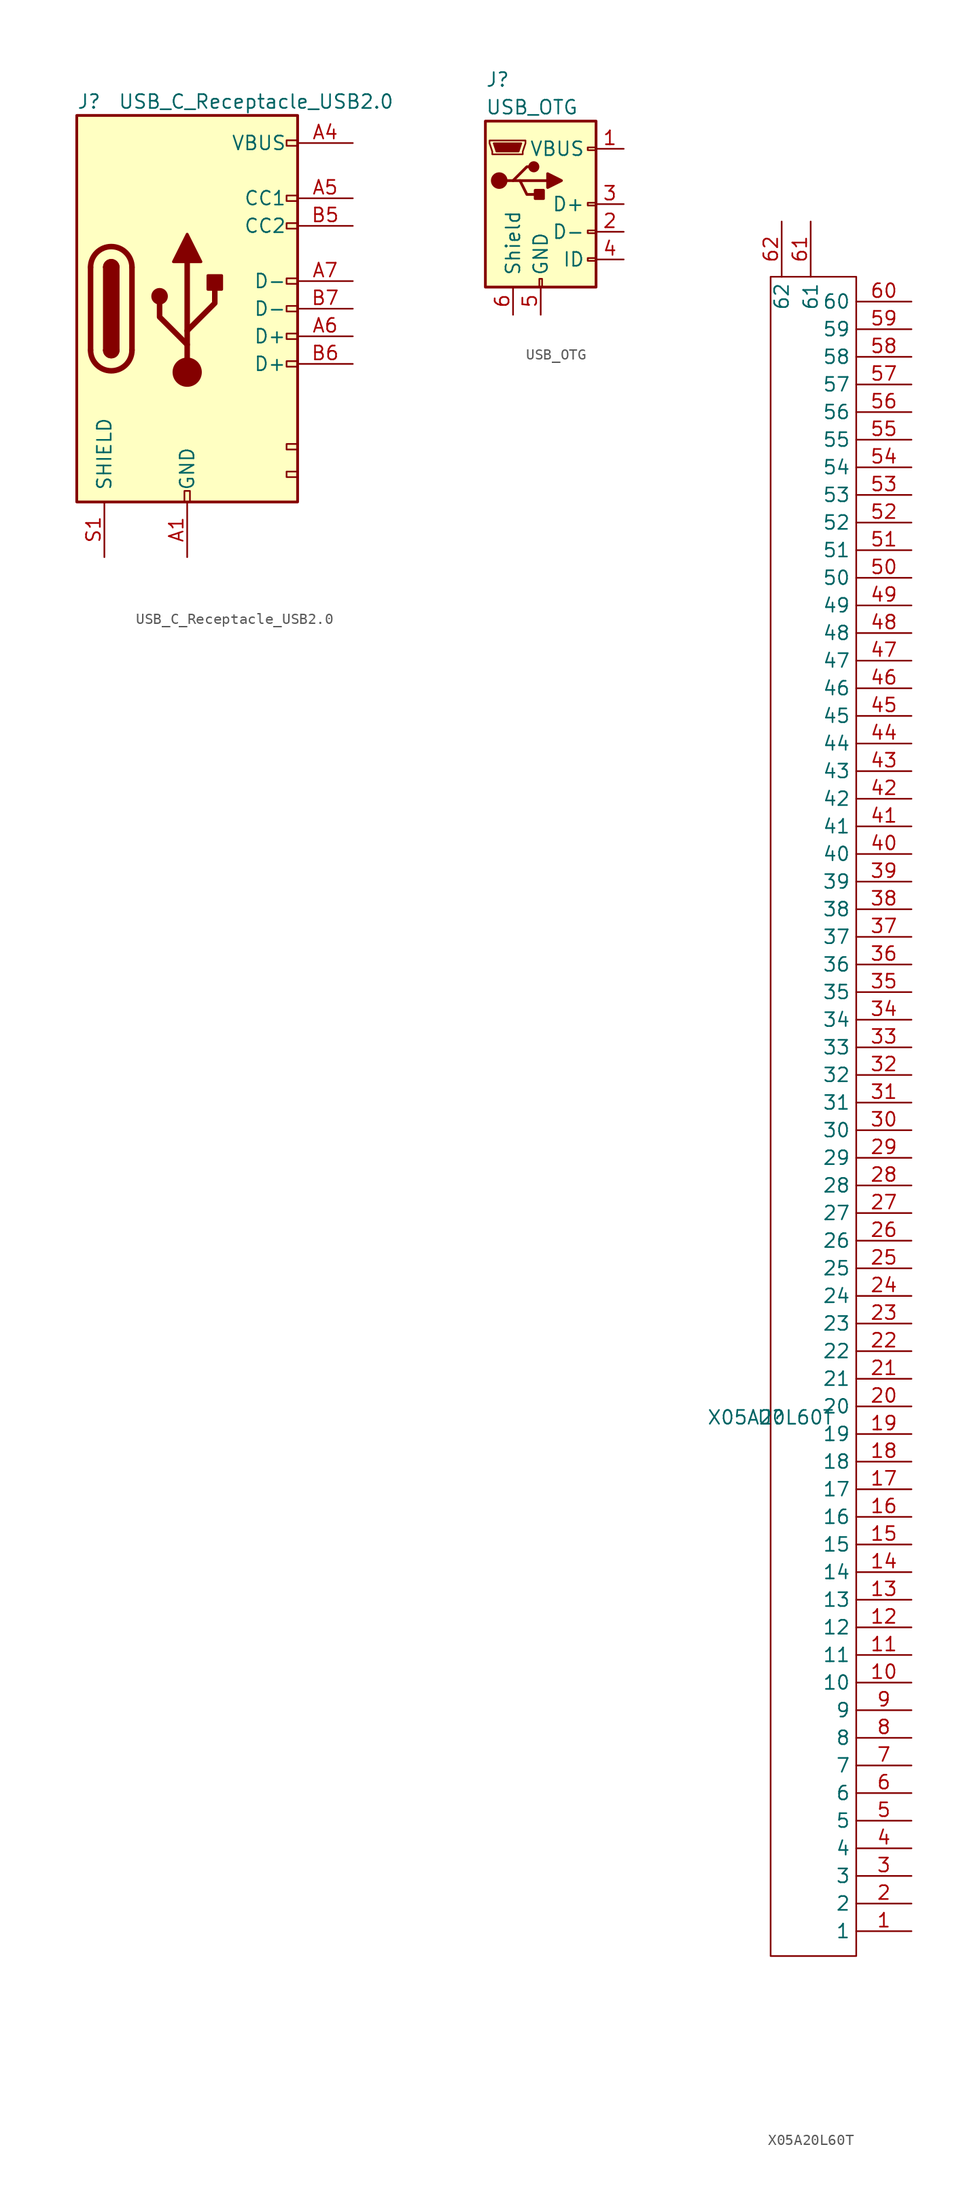
<source format=kicad_sym>
(kicad_symbol_lib
  (version 20220914)
  (generator kicad_symbol_editor)
  (symbol "USB_C_Receptacle_USB2.0"
    (pin_names
      (offset 1.016))
    (property "Reference" "J"
      (at -10.16 19.05 0)
      (effects (font (size 1.27 1.27)) (justify left)))
    (property "Value" "USB_C_Receptacle_USB2.0"
      (at 19.05 19.05 0)
      (effects (font (size 1.27 1.27)) (justify right)))
    (symbol "USB_C_Receptacle_USB2.0_0_0"
      (rectangle (start -0.254 -17.78) (end 0.254 -16.764) (stroke (width 0) (type default)) (fill (type none)))
      (rectangle (start 10.16 -14.986) (end 9.144 -15.494) (stroke (width 0) (type default)) (fill (type none)))
      (rectangle (start 10.16 -12.446) (end 9.144 -12.954) (stroke (width 0) (type default)) (fill (type none)))
      (rectangle (start 10.16 -4.826) (end 9.144 -5.334) (stroke (width 0) (type default)) (fill (type none)))
      (rectangle (start 10.16 -2.286) (end 9.144 -2.794) (stroke (width 0) (type default)) (fill (type none)))
      (rectangle (start 10.16 0.254) (end 9.144 -0.254) (stroke (width 0) (type default)) (fill (type none)))
      (rectangle (start 10.16 2.794) (end 9.144 2.286) (stroke (width 0) (type default)) (fill (type none)))
      (rectangle (start 10.16 7.874) (end 9.144 7.366) (stroke (width 0) (type default)) (fill (type none)))
      (rectangle (start 10.16 10.414) (end 9.144 9.906) (stroke (width 0) (type default)) (fill (type none)))
      (rectangle (start 10.16 15.494) (end 9.144 14.986) (stroke (width 0) (type default)) (fill (type none))))
    (symbol "USB_C_Receptacle_USB2.0_0_1"
      (rectangle (start -10.16 17.78) (end 10.16 -17.78) (stroke (width 0.254) (type default)) (fill (type background)))
      (arc (start -8.89 -3.81) (mid -6.985 -5.7067) (end -5.08 -3.81) (stroke (width 0.508) (type default)) (fill (type none)))
      (arc (start -7.62 -3.81) (mid -6.985 -4.4423) (end -6.35 -3.81) (stroke (width 0.254) (type default)) (fill (type none)))
      (arc (start -7.62 -3.81) (mid -6.985 -4.4423) (end -6.35 -3.81) (stroke (width 0.254) (type default)) (fill (type outline)))
      (rectangle (start -7.62 -3.81) (end -6.35 3.81) (stroke (width 0.254) (type default)) (fill (type outline)))
      (arc (start -6.35 3.81) (mid -6.985 4.4423) (end -7.62 3.81) (stroke (width 0.254) (type default)) (fill (type none)))
      (arc (start -6.35 3.81) (mid -6.985 4.4423) (end -7.62 3.81) (stroke (width 0.254) (type default)) (fill (type outline)))
      (arc (start -5.08 3.81) (mid -6.985 5.7067) (end -8.89 3.81) (stroke (width 0.508) (type default)) (fill (type none)))
      (circle (center -2.54 1.143) (radius 0.635) (stroke (width 0.254) (type default)) (fill (type outline)))
      (circle (center 0 -5.842) (radius 1.27) (stroke (width 0) (type default)) (fill (type outline)))
      (polyline (pts (xy -8.89 -3.81) (xy -8.89 3.81)) (stroke (width 0.508) (type default)) (fill (type none)))
      (polyline (pts (xy -5.08 3.81) (xy -5.08 -3.81)) (stroke (width 0.508) (type default)) (fill (type none)))
      (polyline (pts (xy 0 -5.842) (xy 0 4.318)) (stroke (width 0.508) (type default)) (fill (type none)))
      (polyline (pts (xy 0 -3.302) (xy -2.54 -0.762) (xy -2.54 0.508)) (stroke (width 0.508) (type default)) (fill (type none)))
      (polyline (pts (xy 0 -2.032) (xy 2.54 0.508) (xy 2.54 1.778)) (stroke (width 0.508) (type default)) (fill (type none)))
      (polyline (pts (xy -1.27 4.318) (xy 0 6.858) (xy 1.27 4.318) (xy -1.27 4.318)) (stroke (width 0.254) (type default)) (fill (type outline)))
      (rectangle (start 1.905 1.778) (end 3.175 3.048) (stroke (width 0.254) (type default)) (fill (type outline))))
    (symbol "USB_C_Receptacle_USB2.0_1_1"
      (pin power_in line (at 0 -22.86 90) (length 5.08) (name "GND" (effects (font (size 1.27 1.27)))) (number "A1" (effects (font (size 1.27 1.27)))))
      (pin power_in line (at 15.24 15.24 180) (length 5.08) (name "VBUS" (effects (font (size 1.27 1.27)))) (number "A4" (effects (font (size 1.27 1.27)))))
      (pin bidirectional line (at 15.24 10.16 180) (length 5.08) (name "CC1" (effects (font (size 1.27 1.27)))) (number "A5" (effects (font (size 1.27 1.27)))))
      (pin bidirectional line (at 15.24 -2.54 180) (length 5.08) (name "D+" (effects (font (size 1.27 1.27)))) (number "A6" (effects (font (size 1.27 1.27)))))
      (pin bidirectional line (at 15.24 2.54 180) (length 5.08) (name "D-" (effects (font (size 1.27 1.27)))) (number "A7" (effects (font (size 1.27 1.27)))))
      (pin bidirectional line (at 15.24 7.62 180) (length 5.08) (name "CC2" (effects (font (size 1.27 1.27)))) (number "B5" (effects (font (size 1.27 1.27)))))
      (pin bidirectional line (at 15.24 -5.08 180) (length 5.08) (name "D+" (effects (font (size 1.27 1.27)))) (number "B6" (effects (font (size 1.27 1.27)))))
      (pin bidirectional line (at 15.24 0 180) (length 5.08) (name "D-" (effects (font (size 1.27 1.27)))) (number "B7" (effects (font (size 1.27 1.27)))))
      (pin passive line (at -7.62 -22.86 90) (length 5.08) (name "SHIELD" (effects (font (size 1.27 1.27)))) (number "S1" (effects (font (size 1.27 1.27)))))))
  (symbol "USB_OTG"
    (pin_names
      (offset 1.016))
    (property "Reference" "J"
      (at -5.08 11.43 0)
      (effects (font (size 1.27 1.27)) (justify left)))
    (property "Value" "USB_OTG"
      (at -5.08 8.89 0)
      (effects (font (size 1.27 1.27)) (justify left)))
    (symbol "USB_OTG_0_1"
      (rectangle (start -5.08 -7.62) (end 5.08 7.62) (stroke (width 0.254) (type default)) (fill (type background)))
      (circle (center -3.81 2.159) (radius 0.635) (stroke (width 0.254) (type default)) (fill (type outline)))
      (circle (center -0.635 3.429) (radius 0.381) (stroke (width 0.254) (type default)) (fill (type outline)))
      (rectangle (start -0.127 -7.62) (end 0.127 -6.858) (stroke (width 0) (type default)) (fill (type none)))
      (polyline (pts (xy -1.905 2.159) (xy 0.635 2.159)) (stroke (width 0.254) (type default)) (fill (type none)))
      (polyline (pts (xy -3.175 2.159) (xy -2.54 2.159) (xy -1.27 3.429) (xy -0.635 3.429)) (stroke (width 0.254) (type default)) (fill (type none)))
      (polyline (pts (xy -2.54 2.159) (xy -1.905 2.159) (xy -1.27 0.889) (xy 0 0.889)) (stroke (width 0.254) (type default)) (fill (type none)))
      (polyline (pts (xy 0.635 2.794) (xy 0.635 1.524) (xy 1.905 2.159) (xy 0.635 2.794)) (stroke (width 0.254) (type default)) (fill (type outline)))
      (polyline (pts (xy -4.318 5.588) (xy -1.778 5.588) (xy -2.032 4.826) (xy -4.064 4.826) (xy -4.318 5.588)) (stroke (width 0) (type default)) (fill (type outline)))
      (polyline (pts (xy -4.699 5.842) (xy -4.699 5.588) (xy -4.445 4.826) (xy -4.445 4.572) (xy -1.651 4.572) (xy -1.651 4.826) (xy -1.397 5.588) (xy -1.397 5.842) (xy -4.699 5.842)) (stroke (width 0) (type default)) (fill (type none)))
      (rectangle (start 0.254 1.27) (end -0.508 0.508) (stroke (width 0.254) (type default)) (fill (type outline)))
      (rectangle (start 5.08 -5.207) (end 4.318 -4.953) (stroke (width 0) (type default)) (fill (type none)))
      (rectangle (start 5.08 -2.667) (end 4.318 -2.413) (stroke (width 0) (type default)) (fill (type none)))
      (rectangle (start 5.08 -0.127) (end 4.318 0.127) (stroke (width 0) (type default)) (fill (type none)))
      (rectangle (start 5.08 4.953) (end 4.318 5.207) (stroke (width 0) (type default)) (fill (type none))))
    (symbol "USB_OTG_1_1"
      (pin power_in line (at 7.62 5.08 180) (length 2.54) (name "VBUS" (effects (font (size 1.27 1.27)))) (number "1" (effects (font (size 1.27 1.27)))))
      (pin passive line (at 7.62 -2.54 180) (length 2.54) (name "D-" (effects (font (size 1.27 1.27)))) (number "2" (effects (font (size 1.27 1.27)))))
      (pin passive line (at 7.62 0 180) (length 2.54) (name "D+" (effects (font (size 1.27 1.27)))) (number "3" (effects (font (size 1.27 1.27)))))
      (pin passive line (at 7.62 -5.08 180) (length 2.54) (name "ID" (effects (font (size 1.27 1.27)))) (number "4" (effects (font (size 1.27 1.27)))))
      (pin power_in line (at 0 -10.16 90) (length 2.54) (name "GND" (effects (font (size 1.27 1.27)))) (number "5" (effects (font (size 1.27 1.27)))))
      (pin passive line (at -2.54 -10.16 90) (length 2.54) (name "Shield" (effects (font (size 1.27 1.27)))) (number "6" (effects (font (size 1.27 1.27)))))))
  (symbol "X05A20L60T"
    (property "Reference" "U"
      (at 0 0 0)
      (effects (font (size 1.27 1.27))))
    (property "Value" "X05A20L60T"
      (at 0 0 0)
      (effects (font (size 1.27 1.27))))
    (symbol "X05A20L60T_0_0"
      (pin passive line (at 12.954 -47.244 180) (length 5.08) (name "1" (effects (font (size 1.27 1.27)))) (number "1" (effects (font (size 1.27 1.27)))))
      (pin passive line (at 12.954 -24.384 180) (length 5.08) (name "10" (effects (font (size 1.27 1.27)))) (number "10" (effects (font (size 1.27 1.27)))))
      (pin passive line (at 12.954 -21.844 180) (length 5.08) (name "11" (effects (font (size 1.27 1.27)))) (number "11" (effects (font (size 1.27 1.27)))))
      (pin passive line (at 12.954 -19.304 180) (length 5.08) (name "12" (effects (font (size 1.27 1.27)))) (number "12" (effects (font (size 1.27 1.27)))))
      (pin passive line (at 12.954 -16.764 180) (length 5.08) (name "13" (effects (font (size 1.27 1.27)))) (number "13" (effects (font (size 1.27 1.27)))))
      (pin passive line (at 12.954 -14.224 180) (length 5.08) (name "14" (effects (font (size 1.27 1.27)))) (number "14" (effects (font (size 1.27 1.27)))))
      (pin passive line (at 12.954 -11.684 180) (length 5.08) (name "15" (effects (font (size 1.27 1.27)))) (number "15" (effects (font (size 1.27 1.27)))))
      (pin passive line (at 12.954 -9.144 180) (length 5.08) (name "16" (effects (font (size 1.27 1.27)))) (number "16" (effects (font (size 1.27 1.27)))))
      (pin passive line (at 12.954 -6.604 180) (length 5.08) (name "17" (effects (font (size 1.27 1.27)))) (number "17" (effects (font (size 1.27 1.27)))))
      (pin passive line (at 12.954 -4.064 180) (length 5.08) (name "18" (effects (font (size 1.27 1.27)))) (number "18" (effects (font (size 1.27 1.27)))))
      (pin passive line (at 12.954 -1.524 180) (length 5.08) (name "19" (effects (font (size 1.27 1.27)))) (number "19" (effects (font (size 1.27 1.27)))))
      (pin passive line (at 12.954 -44.704 180) (length 5.08) (name "2" (effects (font (size 1.27 1.27)))) (number "2" (effects (font (size 1.27 1.27)))))
      (pin passive line (at 12.954 1.016 180) (length 5.08) (name "20" (effects (font (size 1.27 1.27)))) (number "20" (effects (font (size 1.27 1.27)))))
      (pin passive line (at 12.954 3.556 180) (length 5.08) (name "21" (effects (font (size 1.27 1.27)))) (number "21" (effects (font (size 1.27 1.27)))))
      (pin passive line (at 12.954 6.096 180) (length 5.08) (name "22" (effects (font (size 1.27 1.27)))) (number "22" (effects (font (size 1.27 1.27)))))
      (pin passive line (at 12.954 8.636 180) (length 5.08) (name "23" (effects (font (size 1.27 1.27)))) (number "23" (effects (font (size 1.27 1.27)))))
      (pin passive line (at 12.954 11.176 180) (length 5.08) (name "24" (effects (font (size 1.27 1.27)))) (number "24" (effects (font (size 1.27 1.27)))))
      (pin passive line (at 12.954 13.716 180) (length 5.08) (name "25" (effects (font (size 1.27 1.27)))) (number "25" (effects (font (size 1.27 1.27)))))
      (pin passive line (at 12.954 16.256 180) (length 5.08) (name "26" (effects (font (size 1.27 1.27)))) (number "26" (effects (font (size 1.27 1.27)))))
      (pin passive line (at 12.954 18.796 180) (length 5.08) (name "27" (effects (font (size 1.27 1.27)))) (number "27" (effects (font (size 1.27 1.27)))))
      (pin passive line (at 12.954 21.336 180) (length 5.08) (name "28" (effects (font (size 1.27 1.27)))) (number "28" (effects (font (size 1.27 1.27)))))
      (pin passive line (at 12.954 23.876 180) (length 5.08) (name "29" (effects (font (size 1.27 1.27)))) (number "29" (effects (font (size 1.27 1.27)))))
      (pin passive line (at 12.954 -42.164 180) (length 5.08) (name "3" (effects (font (size 1.27 1.27)))) (number "3" (effects (font (size 1.27 1.27)))))
      (pin passive line (at 12.954 26.416 180) (length 5.08) (name "30" (effects (font (size 1.27 1.27)))) (number "30" (effects (font (size 1.27 1.27)))))
      (pin passive line (at 12.954 28.956 180) (length 5.08) (name "31" (effects (font (size 1.27 1.27)))) (number "31" (effects (font (size 1.27 1.27)))))
      (pin passive line (at 12.954 31.496 180) (length 5.08) (name "32" (effects (font (size 1.27 1.27)))) (number "32" (effects (font (size 1.27 1.27)))))
      (pin passive line (at 12.954 34.036 180) (length 5.08) (name "33" (effects (font (size 1.27 1.27)))) (number "33" (effects (font (size 1.27 1.27)))))
      (pin passive line (at 12.954 36.576 180) (length 5.08) (name "34" (effects (font (size 1.27 1.27)))) (number "34" (effects (font (size 1.27 1.27)))))
      (pin passive line (at 12.954 39.116 180) (length 5.08) (name "35" (effects (font (size 1.27 1.27)))) (number "35" (effects (font (size 1.27 1.27)))))
      (pin passive line (at 12.954 41.656 180) (length 5.08) (name "36" (effects (font (size 1.27 1.27)))) (number "36" (effects (font (size 1.27 1.27)))))
      (pin passive line (at 12.954 44.196 180) (length 5.08) (name "37" (effects (font (size 1.27 1.27)))) (number "37" (effects (font (size 1.27 1.27)))))
      (pin passive line (at 12.954 46.736 180) (length 5.08) (name "38" (effects (font (size 1.27 1.27)))) (number "38" (effects (font (size 1.27 1.27)))))
      (pin passive line (at 12.954 49.276 180) (length 5.08) (name "39" (effects (font (size 1.27 1.27)))) (number "39" (effects (font (size 1.27 1.27)))))
      (pin passive line (at 12.954 -39.624 180) (length 5.08) (name "4" (effects (font (size 1.27 1.27)))) (number "4" (effects (font (size 1.27 1.27)))))
      (pin passive line (at 12.954 51.816 180) (length 5.08) (name "40" (effects (font (size 1.27 1.27)))) (number "40" (effects (font (size 1.27 1.27)))))
      (pin passive line (at 12.954 -37.084 180) (length 5.08) (name "5" (effects (font (size 1.27 1.27)))) (number "5" (effects (font (size 1.27 1.27)))))
      (pin passive line (at 12.954 -34.544 180) (length 5.08) (name "6" (effects (font (size 1.27 1.27)))) (number "6" (effects (font (size 1.27 1.27)))))
      (pin passive line (at 12.954 -32.004 180) (length 5.08) (name "7" (effects (font (size 1.27 1.27)))) (number "7" (effects (font (size 1.27 1.27)))))
      (pin passive line (at 12.954 -29.464 180) (length 5.08) (name "8" (effects (font (size 1.27 1.27)))) (number "8" (effects (font (size 1.27 1.27)))))
      (pin passive line (at 12.954 -26.924 180) (length 5.08) (name "9" (effects (font (size 1.27 1.27)))) (number "9" (effects (font (size 1.27 1.27))))))
    (symbol "X05A20L60T_0_1"
      (rectangle (start 0 104.902) (end 7.874 -49.53) (stroke (width 0) (type default)) (fill (type none))))
    (symbol "X05A20L60T_1_0"
      (pin passive line (at 12.954 54.356 180) (length 5.08) (name "41" (effects (font (size 1.27 1.27)))) (number "41" (effects (font (size 1.27 1.27)))))
      (pin passive line (at 12.954 56.896 180) (length 5.08) (name "42" (effects (font (size 1.27 1.27)))) (number "42" (effects (font (size 1.27 1.27)))))
      (pin passive line (at 12.954 59.436 180) (length 5.08) (name "43" (effects (font (size 1.27 1.27)))) (number "43" (effects (font (size 1.27 1.27)))))
      (pin passive line (at 12.954 61.976 180) (length 5.08) (name "44" (effects (font (size 1.27 1.27)))) (number "44" (effects (font (size 1.27 1.27)))))
      (pin passive line (at 12.954 64.516 180) (length 5.08) (name "45" (effects (font (size 1.27 1.27)))) (number "45" (effects (font (size 1.27 1.27)))))
      (pin passive line (at 12.954 67.056 180) (length 5.08) (name "46" (effects (font (size 1.27 1.27)))) (number "46" (effects (font (size 1.27 1.27)))))
      (pin passive line (at 12.954 69.596 180) (length 5.08) (name "47" (effects (font (size 1.27 1.27)))) (number "47" (effects (font (size 1.27 1.27)))))
      (pin passive line (at 12.954 72.136 180) (length 5.08) (name "48" (effects (font (size 1.27 1.27)))) (number "48" (effects (font (size 1.27 1.27)))))
      (pin passive line (at 12.954 74.676 180) (length 5.08) (name "49" (effects (font (size 1.27 1.27)))) (number "49" (effects (font (size 1.27 1.27)))))
      (pin passive line (at 12.954 77.216 180) (length 5.08) (name "50" (effects (font (size 1.27 1.27)))) (number "50" (effects (font (size 1.27 1.27)))))
      (pin passive line (at 12.954 79.756 180) (length 5.08) (name "51" (effects (font (size 1.27 1.27)))) (number "51" (effects (font (size 1.27 1.27)))))
      (pin passive line (at 12.954 82.296 180) (length 5.08) (name "52" (effects (font (size 1.27 1.27)))) (number "52" (effects (font (size 1.27 1.27)))))
      (pin passive line (at 12.954 84.836 180) (length 5.08) (name "53" (effects (font (size 1.27 1.27)))) (number "53" (effects (font (size 1.27 1.27)))))
      (pin passive line (at 12.954 87.376 180) (length 5.08) (name "54" (effects (font (size 1.27 1.27)))) (number "54" (effects (font (size 1.27 1.27)))))
      (pin passive line (at 12.954 89.916 180) (length 5.08) (name "55" (effects (font (size 1.27 1.27)))) (number "55" (effects (font (size 1.27 1.27)))))
      (pin passive line (at 12.954 92.456 180) (length 5.08) (name "56" (effects (font (size 1.27 1.27)))) (number "56" (effects (font (size 1.27 1.27)))))
      (pin passive line (at 12.954 94.996 180) (length 5.08) (name "57" (effects (font (size 1.27 1.27)))) (number "57" (effects (font (size 1.27 1.27)))))
      (pin passive line (at 12.954 97.536 180) (length 5.08) (name "58" (effects (font (size 1.27 1.27)))) (number "58" (effects (font (size 1.27 1.27)))))
      (pin passive line (at 12.954 100.076 180) (length 5.08) (name "59" (effects (font (size 1.27 1.27)))) (number "59" (effects (font (size 1.27 1.27)))))
      (pin passive line (at 12.954 102.616 180) (length 5.08) (name "60" (effects (font (size 1.27 1.27)))) (number "60" (effects (font (size 1.27 1.27)))))
      (pin passive line (at 3.683 109.982 270) (length 5.08) (name "61" (effects (font (size 1.27 1.27)))) (number "61" (effects (font (size 1.27 1.27)))))
      (pin passive line (at 1.016 109.982 270) (length 5.08) (name "62" (effects (font (size 1.27 1.27)))) (number "62" (effects (font (size 1.27 1.27))))))))
</source>
